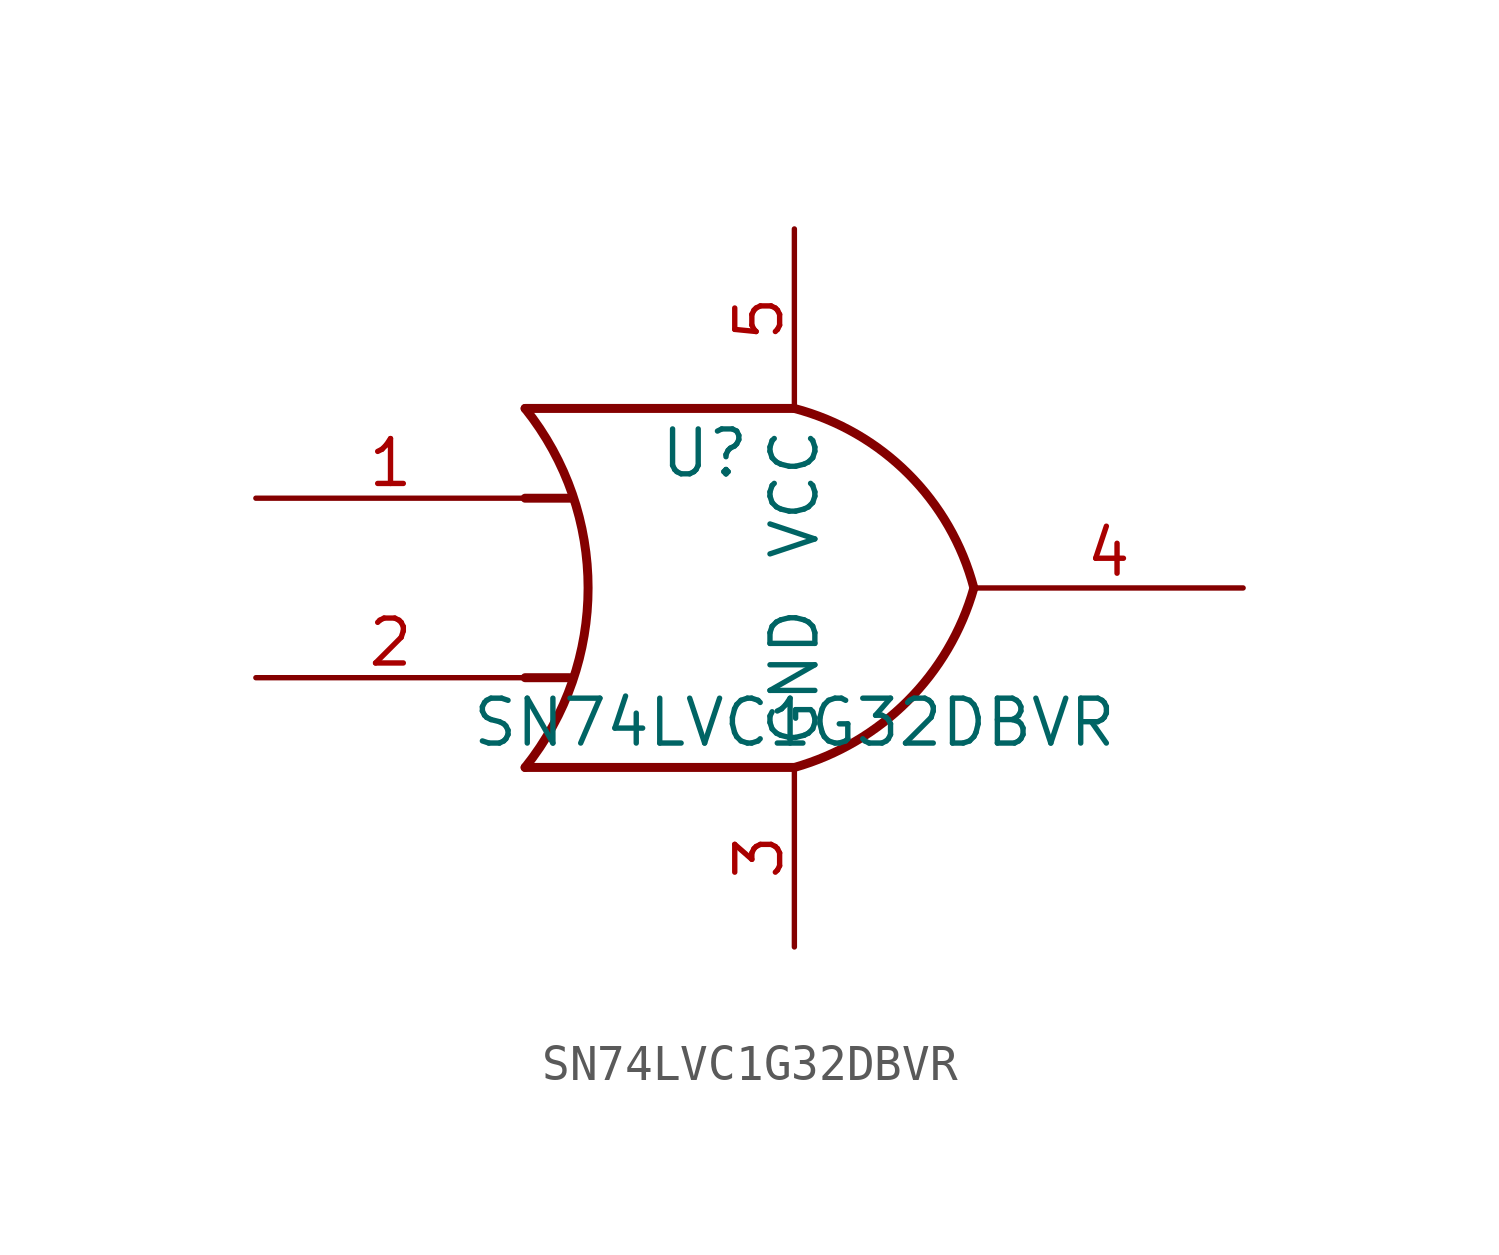
<source format=kicad_sym>
(kicad_symbol_lib
  (version 20241209)
  (generator "kicad_symbol_editor")
  (generator_version "9.0")
  (symbol "SN74LVC1G32DBVR"
    (property "Reference" "U"
      (at -2.54 3.81 0)
      (effects (font (size 1.27 1.27))))
    (property "Value" "SN74LVC1G32DBVR"
      (at 0 -3.81 0)
      (effects (font (size 1.27 1.27))))
    (symbol "SN74LVC1G32DBVR_0_1"
      (arc (start -7.62 5.08) (mid -5.838 0) (end -7.62 -5.08) (stroke (width 0.254) (type default)) (fill (type none)))
      (polyline (pts (xy -7.62 2.54) (xy -6.35 2.54)) (stroke (width 0.254) (type default)) (fill (type background)))
      (polyline (pts (xy -7.62 -2.54) (xy -6.35 -2.54)) (stroke (width 0.254) (type default)) (fill (type background)))
      (arc (start 5.08 0) (mid 3.202 -3.202) (end 0 -5.08) (stroke (width 0.254) (type default)) (fill (type none)))
      (arc (start 0 5.08) (mid 3.2271 3.2271) (end 5.08 0) (stroke (width 0.254) (type default)) (fill (type none)))
      (polyline (pts (xy 0 5.08) (xy -7.62 5.08)) (stroke (width 0.254) (type default)) (fill (type background)))
      (polyline (pts (xy 0 -5.08) (xy -7.62 -5.08)) (stroke (width 0.254) (type default)) (fill (type background))))
    (symbol "SN74LVC1G32DBVR_1_1"
      (pin input line (at -15.24 2.54 0) (length 7.62) (name "~" (effects (font (size 1.27 1.27)))) (number "1" (effects (font (size 1.27 1.27)))))
      (pin input line (at -15.24 -2.54 0) (length 7.62) (name "~" (effects (font (size 1.27 1.27)))) (number "2" (effects (font (size 1.27 1.27)))))
      (pin power_in line (at 0 10.16 270) (length 5.08) (name "VCC" (effects (font (size 1.27 1.27)))) (number "5" (effects (font (size 1.27 1.27)))))
      (pin power_in line (at 0 -10.16 90) (length 5.08) (name "GND" (effects (font (size 1.27 1.27)))) (number "3" (effects (font (size 1.27 1.27)))))
      (pin output line (at 12.7 0 180) (length 7.62) (name "~" (effects (font (size 1.27 1.27)))) (number "4" (effects (font (size 1.27 1.27))))))))
</source>
